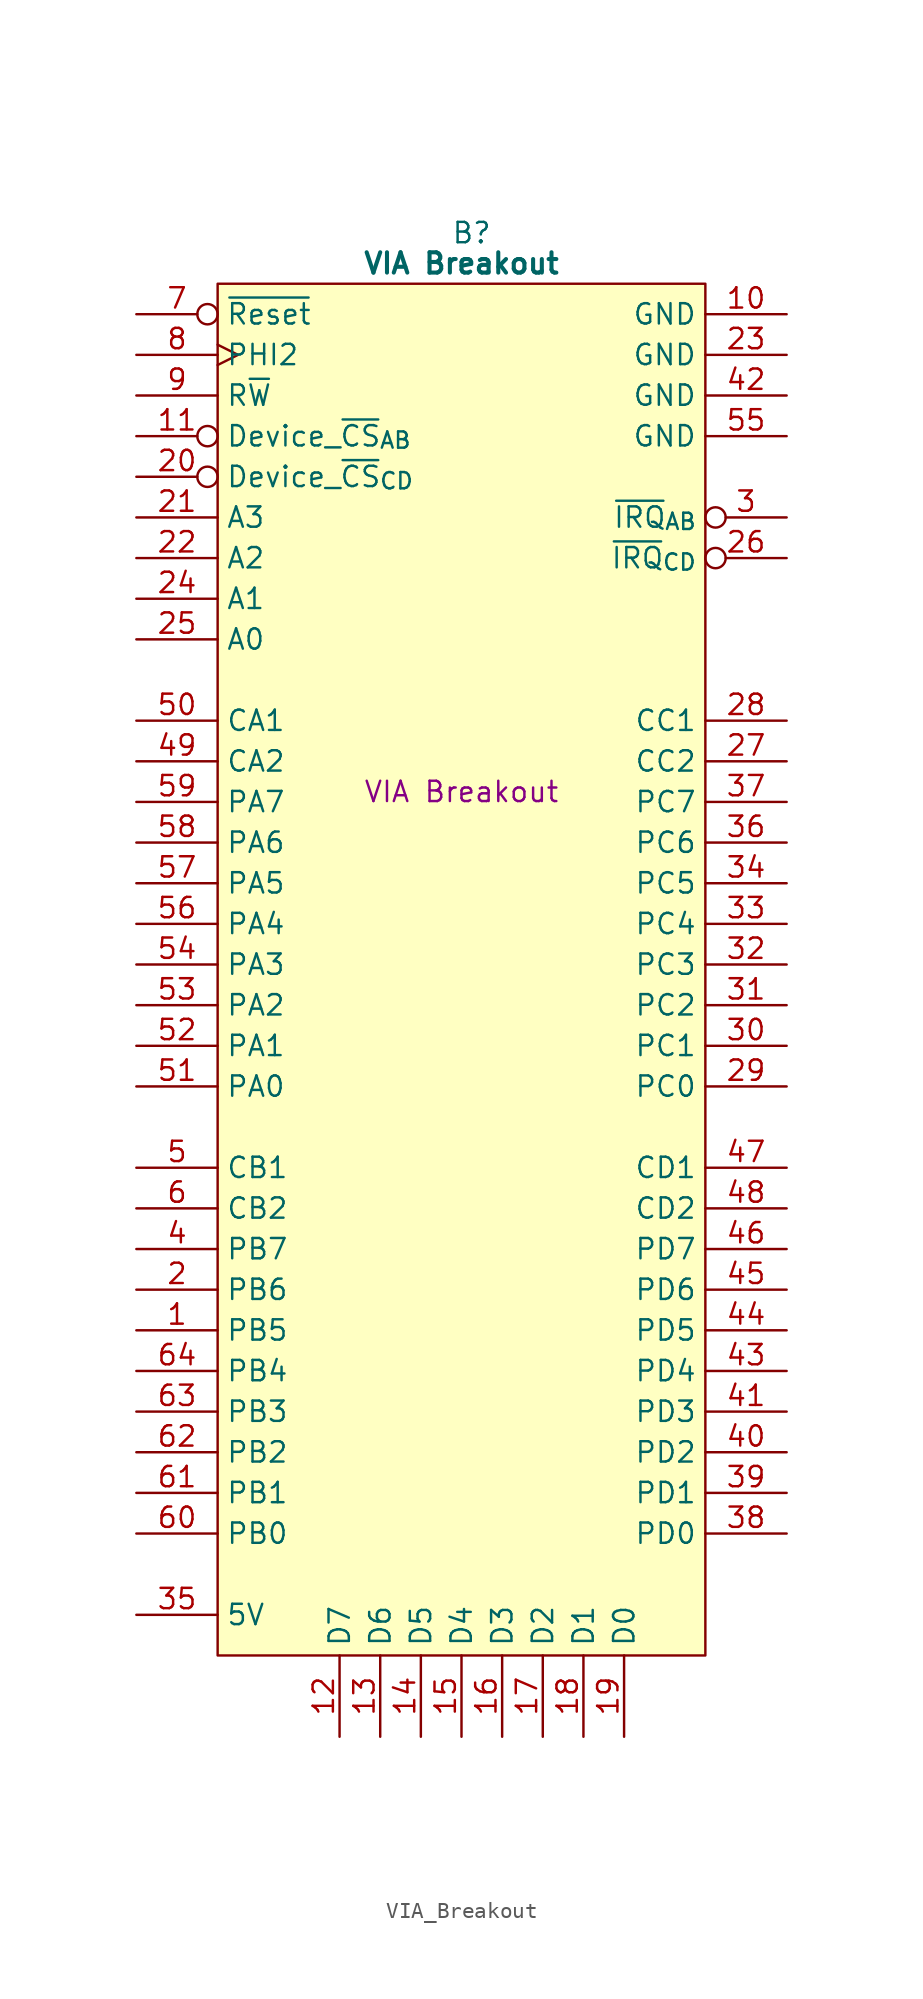
<source format=kicad_sym>
(kicad_symbol_lib
  (version 20241209)
  (generator "kicad_symbol_editor")
  (generator_version "9.0")
  (symbol "VIA_Breakout"
    (property "Reference" "B"
      (at 15.875 5.08 0)
      (effects (font (size 1.27 1.27))))
    (property "Value" "VIA Breakout"
      (at 15.24 3.175 0)
      (effects (font (size 1.27 1.27) (bold yes))))
    (property "Description" "VIA Breakout"
      (at 15.24 -29.845 0)
      (effects (font (size 1.27 1.27))))
    (symbol "VIA_Breakout_0_1"
      (polyline (pts (xy 0 1.905) (xy 30.48 1.905) (xy 30.48 -83.82) (xy 0 -83.82) (xy 0 1.905)) (stroke (width 0.152) (type default)) (fill (type background))))
    (symbol "VIA_Breakout_1_1"
      (pin input inverted (at -5.08 0 0) (length 5.08) (name "~{Reset}" (effects (font (size 1.27 1.27)))) (number "7" (effects (font (size 1.27 1.27)))))
      (pin input clock (at -5.08 -2.54 0) (length 5.08) (name "PHI2" (effects (font (size 1.27 1.27)))) (number "8" (effects (font (size 1.27 1.27)))))
      (pin input line (at -5.08 -5.08 0) (length 5.08) (name "R~{W}" (effects (font (size 1.27 1.27)))) (number "9" (effects (font (size 1.27 1.27)))))
      (pin input inverted (at -5.08 -7.62 0) (length 5.08) (name "Device_~{CS}_{AB}" (effects (font (size 1.27 1.27)))) (number "11" (effects (font (size 1.27 1.27)))))
      (pin input inverted (at -5.08 -10.16 0) (length 5.08) (name "Device_~{CS}_{CD}" (effects (font (size 1.27 1.27)))) (number "20" (effects (font (size 1.27 1.27)))))
      (pin input line (at -5.08 -12.7 0) (length 5.08) (name "A3" (effects (font (size 1.27 1.27)))) (number "21" (effects (font (size 1.27 1.27)))))
      (pin input line (at -5.08 -15.24 0) (length 5.08) (name "A2" (effects (font (size 1.27 1.27)))) (number "22" (effects (font (size 1.27 1.27)))))
      (pin input line (at -5.08 -17.78 0) (length 5.08) (name "A1" (effects (font (size 1.27 1.27)))) (number "24" (effects (font (size 1.27 1.27)))))
      (pin input line (at -5.08 -20.32 0) (length 5.08) (name "A0" (effects (font (size 1.27 1.27)))) (number "25" (effects (font (size 1.27 1.27)))))
      (pin tri_state line (at -5.08 -25.4 0) (length 5.08) (name "CA1" (effects (font (size 1.27 1.27)))) (number "50" (effects (font (size 1.27 1.27)))))
      (pin tri_state line (at -5.08 -27.94 0) (length 5.08) (name "CA2" (effects (font (size 1.27 1.27)))) (number "49" (effects (font (size 1.27 1.27)))))
      (pin tri_state line (at -5.08 -30.48 0) (length 5.08) (name "PA7" (effects (font (size 1.27 1.27)))) (number "59" (effects (font (size 1.27 1.27)))))
      (pin tri_state line (at -5.08 -33.02 0) (length 5.08) (name "PA6" (effects (font (size 1.27 1.27)))) (number "58" (effects (font (size 1.27 1.27)))))
      (pin tri_state line (at -5.08 -35.56 0) (length 5.08) (name "PA5" (effects (font (size 1.27 1.27)))) (number "57" (effects (font (size 1.27 1.27)))))
      (pin tri_state line (at -5.08 -38.1 0) (length 5.08) (name "PA4" (effects (font (size 1.27 1.27)))) (number "56" (effects (font (size 1.27 1.27)))))
      (pin tri_state line (at -5.08 -40.64 0) (length 5.08) (name "PA3" (effects (font (size 1.27 1.27)))) (number "54" (effects (font (size 1.27 1.27)))))
      (pin tri_state line (at -5.08 -43.18 0) (length 5.08) (name "PA2" (effects (font (size 1.27 1.27)))) (number "53" (effects (font (size 1.27 1.27)))))
      (pin tri_state line (at -5.08 -45.72 0) (length 5.08) (name "PA1" (effects (font (size 1.27 1.27)))) (number "52" (effects (font (size 1.27 1.27)))))
      (pin tri_state line (at -5.08 -48.26 0) (length 5.08) (name "PA0" (effects (font (size 1.27 1.27)))) (number "51" (effects (font (size 1.27 1.27)))))
      (pin tri_state line (at -5.08 -53.34 0) (length 5.08) (name "CB1" (effects (font (size 1.27 1.27)))) (number "5" (effects (font (size 1.27 1.27)))))
      (pin tri_state line (at -5.08 -55.88 0) (length 5.08) (name "CB2" (effects (font (size 1.27 1.27)))) (number "6" (effects (font (size 1.27 1.27)))))
      (pin tri_state line (at -5.08 -58.42 0) (length 5.08) (name "PB7" (effects (font (size 1.27 1.27)))) (number "4" (effects (font (size 1.27 1.27)))))
      (pin tri_state line (at -5.08 -60.96 0) (length 5.08) (name "PB6" (effects (font (size 1.27 1.27)))) (number "2" (effects (font (size 1.27 1.27)))))
      (pin tri_state line (at -5.08 -63.5 0) (length 5.08) (name "PB5" (effects (font (size 1.27 1.27)))) (number "1" (effects (font (size 1.27 1.27)))))
      (pin tri_state line (at -5.08 -66.04 0) (length 5.08) (name "PB4" (effects (font (size 1.27 1.27)))) (number "64" (effects (font (size 1.27 1.27)))))
      (pin tri_state line (at -5.08 -68.58 0) (length 5.08) (name "PB3" (effects (font (size 1.27 1.27)))) (number "63" (effects (font (size 1.27 1.27)))))
      (pin tri_state line (at -5.08 -71.12 0) (length 5.08) (name "PB2" (effects (font (size 1.27 1.27)))) (number "62" (effects (font (size 1.27 1.27)))))
      (pin tri_state line (at -5.08 -73.66 0) (length 5.08) (name "PB1" (effects (font (size 1.27 1.27)))) (number "61" (effects (font (size 1.27 1.27)))))
      (pin tri_state line (at -5.08 -76.2 0) (length 5.08) (name "PB0" (effects (font (size 1.27 1.27)))) (number "60" (effects (font (size 1.27 1.27)))))
      (pin passive line (at -5.08 -81.28 0) (length 5.08) (name "5V" (effects (font (size 1.27 1.27)))) (number "35" (effects (font (size 1.27 1.27)))))
      (pin tri_state line (at 7.62 -88.9 90) (length 5.08) (name "D7" (effects (font (size 1.27 1.27)))) (number "12" (effects (font (size 1.27 1.27)))))
      (pin tri_state line (at 10.16 -88.9 90) (length 5.08) (name "D6" (effects (font (size 1.27 1.27)))) (number "13" (effects (font (size 1.27 1.27)))))
      (pin tri_state line (at 12.7 -88.9 90) (length 5.08) (name "D5" (effects (font (size 1.27 1.27)))) (number "14" (effects (font (size 1.27 1.27)))))
      (pin tri_state line (at 15.24 -88.9 90) (length 5.08) (name "D4" (effects (font (size 1.27 1.27)))) (number "15" (effects (font (size 1.27 1.27)))))
      (pin tri_state line (at 17.78 -88.9 90) (length 5.08) (name "D3" (effects (font (size 1.27 1.27)))) (number "16" (effects (font (size 1.27 1.27)))))
      (pin tri_state line (at 20.32 -88.9 90) (length 5.08) (name "D2" (effects (font (size 1.27 1.27)))) (number "17" (effects (font (size 1.27 1.27)))))
      (pin tri_state line (at 22.86 -88.9 90) (length 5.08) (name "D1" (effects (font (size 1.27 1.27)))) (number "18" (effects (font (size 1.27 1.27)))))
      (pin tri_state line (at 25.4 -88.9 90) (length 5.08) (name "D0" (effects (font (size 1.27 1.27)))) (number "19" (effects (font (size 1.27 1.27)))))
      (pin passive line (at 35.56 0 180) (length 5.08) (name "GND" (effects (font (size 1.27 1.27)))) (number "10" (effects (font (size 1.27 1.27)))))
      (pin passive line (at 35.56 -2.54 180) (length 5.08) (name "GND" (effects (font (size 1.27 1.27)))) (number "23" (effects (font (size 1.27 1.27)))))
      (pin passive line (at 35.56 -5.08 180) (length 5.08) (name "GND" (effects (font (size 1.27 1.27)))) (number "42" (effects (font (size 1.27 1.27)))))
      (pin passive line (at 35.56 -7.62 180) (length 5.08) (name "GND" (effects (font (size 1.27 1.27)))) (number "55" (effects (font (size 1.27 1.27)))))
      (pin output inverted (at 35.56 -12.7 180) (length 5.08) (name "~{IRQ}_{AB}" (effects (font (size 1.27 1.27)))) (number "3" (effects (font (size 1.27 1.27)))))
      (pin output inverted (at 35.56 -15.24 180) (length 5.08) (name "~{IRQ}_{CD}" (effects (font (size 1.27 1.27)))) (number "26" (effects (font (size 1.27 1.27)))))
      (pin tri_state line (at 35.56 -25.4 180) (length 5.08) (name "CC1" (effects (font (size 1.27 1.27)))) (number "28" (effects (font (size 1.27 1.27)))))
      (pin tri_state line (at 35.56 -27.94 180) (length 5.08) (name "CC2" (effects (font (size 1.27 1.27)))) (number "27" (effects (font (size 1.27 1.27)))))
      (pin tri_state line (at 35.56 -30.48 180) (length 5.08) (name "PC7" (effects (font (size 1.27 1.27)))) (number "37" (effects (font (size 1.27 1.27)))))
      (pin tri_state line (at 35.56 -33.02 180) (length 5.08) (name "PC6" (effects (font (size 1.27 1.27)))) (number "36" (effects (font (size 1.27 1.27)))))
      (pin tri_state line (at 35.56 -35.56 180) (length 5.08) (name "PC5" (effects (font (size 1.27 1.27)))) (number "34" (effects (font (size 1.27 1.27)))))
      (pin tri_state line (at 35.56 -38.1 180) (length 5.08) (name "PC4" (effects (font (size 1.27 1.27)))) (number "33" (effects (font (size 1.27 1.27)))))
      (pin tri_state line (at 35.56 -40.64 180) (length 5.08) (name "PC3" (effects (font (size 1.27 1.27)))) (number "32" (effects (font (size 1.27 1.27)))))
      (pin tri_state line (at 35.56 -43.18 180) (length 5.08) (name "PC2" (effects (font (size 1.27 1.27)))) (number "31" (effects (font (size 1.27 1.27)))))
      (pin tri_state line (at 35.56 -45.72 180) (length 5.08) (name "PC1" (effects (font (size 1.27 1.27)))) (number "30" (effects (font (size 1.27 1.27)))))
      (pin tri_state line (at 35.56 -48.26 180) (length 5.08) (name "PC0" (effects (font (size 1.27 1.27)))) (number "29" (effects (font (size 1.27 1.27)))))
      (pin tri_state line (at 35.56 -53.34 180) (length 5.08) (name "CD1" (effects (font (size 1.27 1.27)))) (number "47" (effects (font (size 1.27 1.27)))))
      (pin tri_state line (at 35.56 -55.88 180) (length 5.08) (name "CD2" (effects (font (size 1.27 1.27)))) (number "48" (effects (font (size 1.27 1.27)))))
      (pin tri_state line (at 35.56 -58.42 180) (length 5.08) (name "PD7" (effects (font (size 1.27 1.27)))) (number "46" (effects (font (size 1.27 1.27)))))
      (pin tri_state line (at 35.56 -60.96 180) (length 5.08) (name "PD6" (effects (font (size 1.27 1.27)))) (number "45" (effects (font (size 1.27 1.27)))))
      (pin tri_state line (at 35.56 -63.5 180) (length 5.08) (name "PD5" (effects (font (size 1.27 1.27)))) (number "44" (effects (font (size 1.27 1.27)))))
      (pin tri_state line (at 35.56 -66.04 180) (length 5.08) (name "PD4" (effects (font (size 1.27 1.27)))) (number "43" (effects (font (size 1.27 1.27)))))
      (pin tri_state line (at 35.56 -68.58 180) (length 5.08) (name "PD3" (effects (font (size 1.27 1.27)))) (number "41" (effects (font (size 1.27 1.27)))))
      (pin tri_state line (at 35.56 -71.12 180) (length 5.08) (name "PD2" (effects (font (size 1.27 1.27)))) (number "40" (effects (font (size 1.27 1.27)))))
      (pin tri_state line (at 35.56 -73.66 180) (length 5.08) (name "PD1" (effects (font (size 1.27 1.27)))) (number "39" (effects (font (size 1.27 1.27)))))
      (pin tri_state line (at 35.56 -76.2 180) (length 5.08) (name "PD0" (effects (font (size 1.27 1.27)))) (number "38" (effects (font (size 1.27 1.27))))))))
</source>
